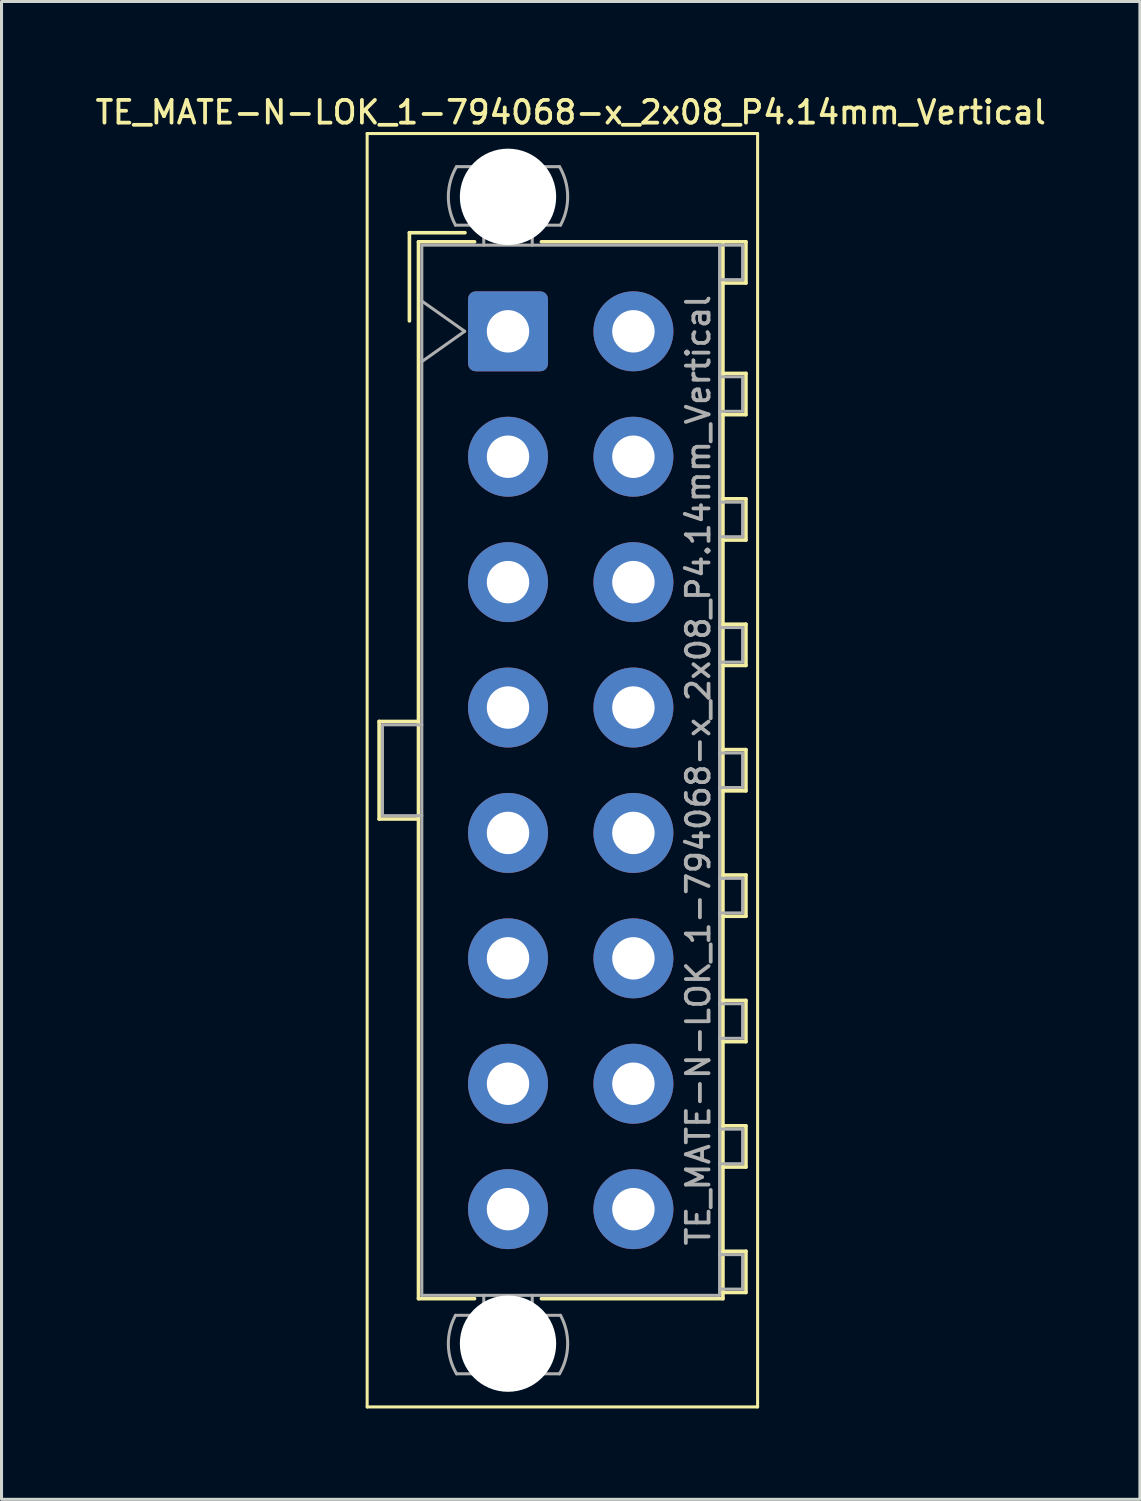
<source format=kicad_pcb>
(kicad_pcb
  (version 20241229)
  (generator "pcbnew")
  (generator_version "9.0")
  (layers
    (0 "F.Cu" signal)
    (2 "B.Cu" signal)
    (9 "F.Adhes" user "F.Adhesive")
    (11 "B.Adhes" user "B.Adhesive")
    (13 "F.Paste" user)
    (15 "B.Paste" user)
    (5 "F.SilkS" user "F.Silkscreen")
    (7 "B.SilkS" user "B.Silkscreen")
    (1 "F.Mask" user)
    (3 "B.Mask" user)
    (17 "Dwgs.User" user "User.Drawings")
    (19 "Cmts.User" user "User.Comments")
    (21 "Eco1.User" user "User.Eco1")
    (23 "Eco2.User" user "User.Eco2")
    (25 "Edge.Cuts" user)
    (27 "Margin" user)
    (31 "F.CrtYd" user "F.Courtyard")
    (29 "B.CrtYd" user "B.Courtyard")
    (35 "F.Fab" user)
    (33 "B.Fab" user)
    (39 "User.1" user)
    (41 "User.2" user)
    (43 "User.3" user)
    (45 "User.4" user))
  (footprint "TE_MATE-N-LOK_1-794068-x_2x08_P4.14mm_Vertical"
    (layer "F.Cu")
    (at 13.721 7.888)
    (property "Reference" "TE_MATE-N-LOK_1-794068-x_2x08_P4.14mm_Vertical" (at 2.07 -7.23 0) (layer "F.SilkS") (effects (font (size 0.75 0.75) (thickness 0.125))))
    (attr through_hole)
    (fp_line (start -4.65 -6.53) (end -4.65 35.51) (stroke (width 0.1) (type solid)) (layer "F.SilkS"))
    (fp_line (start -4.65 35.51) (end 8.24 35.51) (stroke (width 0.1) (type solid)) (layer "F.SilkS"))
    (fp_line (start -4.255 12.88) (end -4.255 16.1) (stroke (width 0.12) (type solid)) (layer "F.SilkS"))
    (fp_line (start -4.255 16.1) (end -2.955 16.1) (stroke (width 0.12) (type solid)) (layer "F.SilkS"))
    (fp_line (start -3.255 -3.255) (end -3.255 -0.345) (stroke (width 0.12) (type solid)) (layer "F.SilkS"))
    (fp_line (start -2.955 -2.955) (end -2.955 31.935) (stroke (width 0.12) (type solid)) (layer "F.SilkS"))
    (fp_line (start -2.955 12.88) (end -4.255 12.88) (stroke (width 0.12) (type solid)) (layer "F.SilkS"))
    (fp_line (start -2.955 31.935) (end -1.103 31.935) (stroke (width 0.12) (type solid)) (layer "F.SilkS"))
    (fp_line (start -1.421 -3.255) (end -3.255 -3.255) (stroke (width 0.12) (type solid)) (layer "F.SilkS"))
    (fp_line (start -1.103 -2.955) (end -2.955 -2.955) (stroke (width 0.12) (type solid)) (layer "F.SilkS"))
    (fp_line (start 1.103 -2.955) (end 7.095 -2.955) (stroke (width 0.12) (type solid)) (layer "F.SilkS"))
    (fp_line (start 7.095 -2.955) (end 7.095 31.935) (stroke (width 0.12) (type solid)) (layer "F.SilkS"))
    (fp_line (start 7.095 -2.955) (end 7.855 -2.955) (stroke (width 0.12) (type solid)) (layer "F.SilkS"))
    (fp_line (start 7.095 1.39) (end 7.855 1.39) (stroke (width 0.12) (type solid)) (layer "F.SilkS"))
    (fp_line (start 7.095 5.53) (end 7.855 5.53) (stroke (width 0.12) (type solid)) (layer "F.SilkS"))
    (fp_line (start 7.095 9.67) (end 7.855 9.67) (stroke (width 0.12) (type solid)) (layer "F.SilkS"))
    (fp_line (start 7.095 13.81) (end 7.855 13.81) (stroke (width 0.12) (type solid)) (layer "F.SilkS"))
    (fp_line (start 7.095 17.95) (end 7.855 17.95) (stroke (width 0.12) (type solid)) (layer "F.SilkS"))
    (fp_line (start 7.095 22.09) (end 7.855 22.09) (stroke (width 0.12) (type solid)) (layer "F.SilkS"))
    (fp_line (start 7.095 26.23) (end 7.855 26.23) (stroke (width 0.12) (type solid)) (layer "F.SilkS"))
    (fp_line (start 7.095 30.37) (end 7.855 30.37) (stroke (width 0.12) (type solid)) (layer "F.SilkS"))
    (fp_line (start 7.095 31.935) (end 1.103 31.935) (stroke (width 0.12) (type solid)) (layer "F.SilkS"))
    (fp_line (start 7.855 -2.955) (end 7.855 -1.595) (stroke (width 0.12) (type solid)) (layer "F.SilkS"))
    (fp_line (start 7.855 -1.595) (end 7.095 -1.595) (stroke (width 0.12) (type solid)) (layer "F.SilkS"))
    (fp_line (start 7.855 1.39) (end 7.855 2.75) (stroke (width 0.12) (type solid)) (layer "F.SilkS"))
    (fp_line (start 7.855 2.75) (end 7.095 2.75) (stroke (width 0.12) (type solid)) (layer "F.SilkS"))
    (fp_line (start 7.855 5.53) (end 7.855 6.89) (stroke (width 0.12) (type solid)) (layer "F.SilkS"))
    (fp_line (start 7.855 6.89) (end 7.095 6.89) (stroke (width 0.12) (type solid)) (layer "F.SilkS"))
    (fp_line (start 7.855 9.67) (end 7.855 11.03) (stroke (width 0.12) (type solid)) (layer "F.SilkS"))
    (fp_line (start 7.855 11.03) (end 7.095 11.03) (stroke (width 0.12) (type solid)) (layer "F.SilkS"))
    (fp_line (start 7.855 13.81) (end 7.855 15.17) (stroke (width 0.12) (type solid)) (layer "F.SilkS"))
    (fp_line (start 7.855 15.17) (end 7.095 15.17) (stroke (width 0.12) (type solid)) (layer "F.SilkS"))
    (fp_line (start 7.855 17.95) (end 7.855 19.31) (stroke (width 0.12) (type solid)) (layer "F.SilkS"))
    (fp_line (start 7.855 19.31) (end 7.095 19.31) (stroke (width 0.12) (type solid)) (layer "F.SilkS"))
    (fp_line (start 7.855 22.09) (end 7.855 23.45) (stroke (width 0.12) (type solid)) (layer "F.SilkS"))
    (fp_line (start 7.855 23.45) (end 7.095 23.45) (stroke (width 0.12) (type solid)) (layer "F.SilkS"))
    (fp_line (start 7.855 26.23) (end 7.855 27.59) (stroke (width 0.12) (type solid)) (layer "F.SilkS"))
    (fp_line (start 7.855 27.59) (end 7.095 27.59) (stroke (width 0.12) (type solid)) (layer "F.SilkS"))
    (fp_line (start 7.855 30.37) (end 7.855 31.73) (stroke (width 0.12) (type solid)) (layer "F.SilkS"))
    (fp_line (start 7.855 31.73) (end 7.095 31.73) (stroke (width 0.12) (type solid)) (layer "F.SilkS"))
    (fp_line (start 8.24 -6.53) (end -4.65 -6.53) (stroke (width 0.1) (type solid)) (layer "F.SilkS"))
    (fp_line (start 8.24 35.51) (end 8.24 -6.53) (stroke (width 0.1) (type solid)) (layer "F.SilkS"))
    (fp_line (start -4.145 12.99) (end -4.145 15.99) (stroke (width 0.1) (type solid)) (layer "F.Fab"))
    (fp_line (start -4.145 15.99) (end -2.845 15.99) (stroke (width 0.1) (type solid)) (layer "F.Fab"))
    (fp_line (start -2.845 -2.845) (end -2.845 31.825) (stroke (width 0.1) (type solid)) (layer "F.Fab"))
    (fp_line (start -2.845 -1) (end -1.431 0) (stroke (width 0.1) (type solid)) (layer "F.Fab"))
    (fp_line (start -2.845 12.99) (end -4.145 12.99) (stroke (width 0.1) (type solid)) (layer "F.Fab"))
    (fp_line (start -2.845 31.825) (end 6.985 31.825) (stroke (width 0.1) (type solid)) (layer "F.Fab"))
    (fp_line (start -1.431 0) (end -2.845 1) (stroke (width 0.1) (type solid)) (layer "F.Fab"))
    (fp_line (start -0.8 -2.845) (end -0.8 -3.505) (stroke (width 0.1) (type solid)) (layer "F.Fab"))
    (fp_line (start -0.8 31.825) (end -0.8 32.485) (stroke (width 0.1) (type solid)) (layer "F.Fab"))
    (fp_line (start 0.8 -2.845) (end 0.8 -3.505) (stroke (width 0.1) (type solid)) (layer "F.Fab"))
    (fp_line (start 0.8 31.825) (end 0.8 32.485) (stroke (width 0.1) (type solid)) (layer "F.Fab"))
    (fp_line (start 1.7 -5.436) (end -1.7 -5.436) (stroke (width 0.1) (type solid)) (layer "F.Fab"))
    (fp_line (start 1.7 34.416) (end -1.7 34.416) (stroke (width 0.1) (type solid)) (layer "F.Fab"))
    (fp_line (start 1.734 -3.505) (end -1.734 -3.505) (stroke (width 0.1) (type solid)) (layer "F.Fab"))
    (fp_line (start 1.734 32.485) (end -1.734 32.485) (stroke (width 0.1) (type solid)) (layer "F.Fab"))
    (fp_line (start 6.985 -2.845) (end -2.845 -2.845) (stroke (width 0.1) (type solid)) (layer "F.Fab"))
    (fp_line (start 6.985 -2.845) (end 7.745 -2.845) (stroke (width 0.1) (type solid)) (layer "F.Fab"))
    (fp_line (start 6.985 1.5) (end 7.745 1.5) (stroke (width 0.1) (type solid)) (layer "F.Fab"))
    (fp_line (start 6.985 5.64) (end 7.745 5.64) (stroke (width 0.1) (type solid)) (layer "F.Fab"))
    (fp_line (start 6.985 9.78) (end 7.745 9.78) (stroke (width 0.1) (type solid)) (layer "F.Fab"))
    (fp_line (start 6.985 13.92) (end 7.745 13.92) (stroke (width 0.1) (type solid)) (layer "F.Fab"))
    (fp_line (start 6.985 18.06) (end 7.745 18.06) (stroke (width 0.1) (type solid)) (layer "F.Fab"))
    (fp_line (start 6.985 22.2) (end 7.745 22.2) (stroke (width 0.1) (type solid)) (layer "F.Fab"))
    (fp_line (start 6.985 26.34) (end 7.745 26.34) (stroke (width 0.1) (type solid)) (layer "F.Fab"))
    (fp_line (start 6.985 30.48) (end 7.745 30.48) (stroke (width 0.1) (type solid)) (layer "F.Fab"))
    (fp_line (start 6.985 31.825) (end 6.985 -2.845) (stroke (width 0.1) (type solid)) (layer "F.Fab"))
    (fp_line (start 7.745 -2.845) (end 7.745 -1.705) (stroke (width 0.1) (type solid)) (layer "F.Fab"))
    (fp_line (start 7.745 -1.705) (end 6.985 -1.705) (stroke (width 0.1) (type solid)) (layer "F.Fab"))
    (fp_line (start 7.745 1.5) (end 7.745 2.64) (stroke (width 0.1) (type solid)) (layer "F.Fab"))
    (fp_line (start 7.745 2.64) (end 6.985 2.64) (stroke (width 0.1) (type solid)) (layer "F.Fab"))
    (fp_line (start 7.745 5.64) (end 7.745 6.78) (stroke (width 0.1) (type solid)) (layer "F.Fab"))
    (fp_line (start 7.745 6.78) (end 6.985 6.78) (stroke (width 0.1) (type solid)) (layer "F.Fab"))
    (fp_line (start 7.745 9.78) (end 7.745 10.92) (stroke (width 0.1) (type solid)) (layer "F.Fab"))
    (fp_line (start 7.745 10.92) (end 6.985 10.92) (stroke (width 0.1) (type solid)) (layer "F.Fab"))
    (fp_line (start 7.745 13.92) (end 7.745 15.06) (stroke (width 0.1) (type solid)) (layer "F.Fab"))
    (fp_line (start 7.745 15.06) (end 6.985 15.06) (stroke (width 0.1) (type solid)) (layer "F.Fab"))
    (fp_line (start 7.745 18.06) (end 7.745 19.2) (stroke (width 0.1) (type solid)) (layer "F.Fab"))
    (fp_line (start 7.745 19.2) (end 6.985 19.2) (stroke (width 0.1) (type solid)) (layer "F.Fab"))
    (fp_line (start 7.745 22.2) (end 7.745 23.34) (stroke (width 0.1) (type solid)) (layer "F.Fab"))
    (fp_line (start 7.745 23.34) (end 6.985 23.34) (stroke (width 0.1) (type solid)) (layer "F.Fab"))
    (fp_line (start 7.745 26.34) (end 7.745 27.48) (stroke (width 0.1) (type solid)) (layer "F.Fab"))
    (fp_line (start 7.745 27.48) (end 6.985 27.48) (stroke (width 0.1) (type solid)) (layer "F.Fab"))
    (fp_line (start 7.745 30.48) (end 7.745 31.62) (stroke (width 0.1) (type solid)) (layer "F.Fab"))
    (fp_line (start 7.745 31.62) (end 6.985 31.62) (stroke (width 0.1) (type solid)) (layer "F.Fab"))
    (fp_arc (start -1.733977 -3.505) (mid -1.96969 -4.474992) (end -1.699672 -5.436) (stroke (width 0.1) (type solid)) (layer "F.Fab"))
    (fp_arc (start -1.699672 34.416) (mid -1.969689 33.454992) (end -1.733977 32.485) (stroke (width 0.1) (type solid)) (layer "F.Fab"))
    (fp_arc (start 1.699672 -5.436) (mid 1.969689 -4.474992) (end 1.733977 -3.505) (stroke (width 0.1) (type solid)) (layer "F.Fab"))
    (fp_arc (start 1.733977 32.485) (mid 1.96969 33.454992) (end 1.699672 34.416) (stroke (width 0.1) (type solid)) (layer "F.Fab"))
    (fp_text user "${REFERENCE}" (at 6.28 14.49 90) (layer "F.Fab") (effects (font (size 0.75 0.75) (thickness 0.125))))
    (pad "" np_thru_hole circle (at 0 -4.44) (size 3.18 3.18) (drill 3.18) (layers "*.Cu" "*.Mask"))
    (pad "" np_thru_hole circle (at 0 33.42) (size 3.18 3.18) (drill 3.18) (layers "*.Cu" "*.Mask"))
    (pad "1" thru_hole roundrect (at 0 0) (size 2.64 2.64) (drill 1.4) (layers "*.Cu" "*.Mask") (roundrect_rratio 0.095))
    (pad "2" thru_hole circle (at 0 4.14) (size 2.64 2.64) (drill 1.4) (layers "*.Cu" "*.Mask"))
    (pad "3" thru_hole circle (at 0 8.28) (size 2.64 2.64) (drill 1.4) (layers "*.Cu" "*.Mask"))
    (pad "4" thru_hole circle (at 0 12.42) (size 2.64 2.64) (drill 1.4) (layers "*.Cu" "*.Mask"))
    (pad "5" thru_hole circle (at 0 16.56) (size 2.64 2.64) (drill 1.4) (layers "*.Cu" "*.Mask"))
    (pad "6" thru_hole circle (at 0 20.7) (size 2.64 2.64) (drill 1.4) (layers "*.Cu" "*.Mask"))
    (pad "7" thru_hole circle (at 0 24.84) (size 2.64 2.64) (drill 1.4) (layers "*.Cu" "*.Mask"))
    (pad "8" thru_hole circle (at 0 28.98) (size 2.64 2.64) (drill 1.4) (layers "*.Cu" "*.Mask"))
    (pad "9" thru_hole circle (at 4.14 0) (size 2.64 2.64) (drill 1.4) (layers "*.Cu" "*.Mask"))
    (pad "10" thru_hole circle (at 4.14 4.14) (size 2.64 2.64) (drill 1.4) (layers "*.Cu" "*.Mask"))
    (pad "11" thru_hole circle (at 4.14 8.28) (size 2.64 2.64) (drill 1.4) (layers "*.Cu" "*.Mask"))
    (pad "12" thru_hole circle (at 4.14 12.42) (size 2.64 2.64) (drill 1.4) (layers "*.Cu" "*.Mask"))
    (pad "13" thru_hole circle (at 4.14 16.56) (size 2.64 2.64) (drill 1.4) (layers "*.Cu" "*.Mask"))
    (pad "14" thru_hole circle (at 4.14 20.7) (size 2.64 2.64) (drill 1.4) (layers "*.Cu" "*.Mask"))
    (pad "15" thru_hole circle (at 4.14 24.84) (size 2.64 2.64) (drill 1.4) (layers "*.Cu" "*.Mask"))
    (pad "16" thru_hole circle (at 4.14 28.98) (size 2.64 2.64) (drill 1.4) (layers "*.Cu" "*.Mask")))
  (gr_rect
    (start -3 -3)
    (end 34.582 46.448)
    (stroke (width 0.1) (type default))
    (fill no)
    (layer "Edge.Cuts")))
</source>
